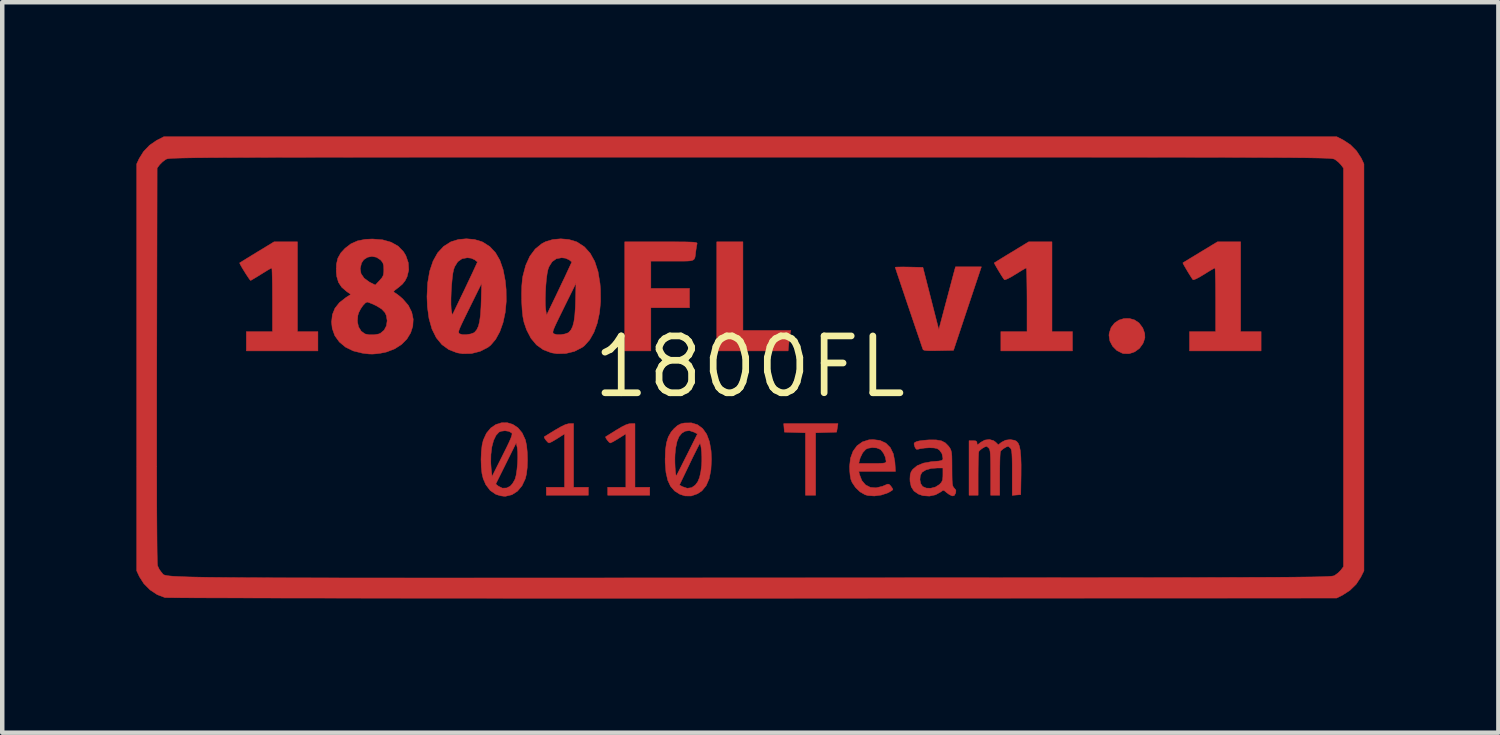
<source format=kicad_pcb>
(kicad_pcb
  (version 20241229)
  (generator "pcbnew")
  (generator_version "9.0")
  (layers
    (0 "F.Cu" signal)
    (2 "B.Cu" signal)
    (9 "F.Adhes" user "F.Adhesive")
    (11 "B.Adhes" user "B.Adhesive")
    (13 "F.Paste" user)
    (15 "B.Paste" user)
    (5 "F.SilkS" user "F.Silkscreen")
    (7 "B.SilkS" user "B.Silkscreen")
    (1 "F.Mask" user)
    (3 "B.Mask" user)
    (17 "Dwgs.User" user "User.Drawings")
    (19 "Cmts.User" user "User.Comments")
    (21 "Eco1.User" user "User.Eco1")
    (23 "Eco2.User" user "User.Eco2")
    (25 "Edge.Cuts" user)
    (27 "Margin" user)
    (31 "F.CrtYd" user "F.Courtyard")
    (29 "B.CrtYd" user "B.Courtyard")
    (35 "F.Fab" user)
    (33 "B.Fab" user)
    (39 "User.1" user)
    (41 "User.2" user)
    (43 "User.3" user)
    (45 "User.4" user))
  (footprint "1800FL"
    (layer "F.Cu")
    (at 13.708 5.149)
    (property "Reference" "1800FL" (at 0 0 0) (layer "F.SilkS") (effects (font (size 1.27 1.27) (thickness 0.15))))
    (attr through_hole)
    (fp_poly (pts (xy -0.152 -0.813) (xy 0.92 -0.813) (xy 0.906 -0.756) (xy 0.897 -0.701) (xy 0.885 -0.616) (xy 0.875 -0.527) (xy 0.858 -0.356) (xy -0.737 -0.356) (xy -0.737 -2.794) (xy -0.152 -2.794) (xy -0.152 -0.813)) (stroke (width 0.01) (type solid)) (fill yes) (layer "F.Cu"))
    (fp_poly (pts (xy 1.958 1.365) (xy 1.942 1.46) (xy 1.473 1.475) (xy 1.473 2.87) (xy 1.245 2.87) (xy 1.245 1.475) (xy 0.775 1.46) (xy 0.767 1.365) (xy 0.759 1.27) (xy 1.973 1.27) (xy 1.958 1.365)) (stroke (width 0.01) (type solid)) (fill yes) (layer "F.Cu"))
    (fp_poly (pts (xy 8.599 -1.049) (xy 8.701 -0.981) (xy 8.78 -0.876) (xy 8.791 -0.853) (xy 8.829 -0.745) (xy 8.833 -0.651) (xy 8.801 -0.549) (xy 8.787 -0.517) (xy 8.71 -0.411) (xy 8.605 -0.335) (xy 8.484 -0.294) (xy 8.359 -0.295) (xy 8.326 -0.304) (xy 8.205 -0.365) (xy 8.111 -0.46) (xy 8.05 -0.576) (xy 8.03 -0.704) (xy 8.035 -0.751) (xy 8.077 -0.879) (xy 8.153 -0.977) (xy 8.252 -1.044) (xy 8.365 -1.079) (xy 8.484 -1.081) (xy 8.599 -1.049)) (stroke (width 0.01) (type solid)) (fill yes) (layer "F.Cu"))
    (fp_poly (pts (xy -3.937 2.692) (xy -3.607 2.692) (xy -3.607 2.87) (xy -4.547 2.87) (xy -4.547 2.692) (xy -4.14 2.692) (xy -4.14 1.5) (xy -4.299 1.601) (xy -4.38 1.65) (xy -4.446 1.686) (xy -4.484 1.701) (xy -4.487 1.702) (xy -4.514 1.685) (xy -4.551 1.645) (xy -4.582 1.601) (xy -4.595 1.569) (xy -4.593 1.564) (xy -4.569 1.549) (xy -4.511 1.513) (xy -4.429 1.462) (xy -4.35 1.414) (xy -4.22 1.339) (xy -4.123 1.292) (xy -4.05 1.272) (xy -4.026 1.27) (xy -3.937 1.27) (xy -3.937 2.692)) (stroke (width 0.01) (type solid)) (fill yes) (layer "F.Cu"))
    (fp_poly (pts (xy -2.565 2.692) (xy -2.235 2.692) (xy -2.235 2.87) (xy -3.175 2.87) (xy -3.175 2.692) (xy -2.769 2.692) (xy -2.769 1.498) (xy -2.93 1.6) (xy -3.011 1.649) (xy -3.077 1.685) (xy -3.115 1.702) (xy -3.118 1.702) (xy -3.144 1.685) (xy -3.179 1.645) (xy -3.21 1.601) (xy -3.223 1.569) (xy -3.221 1.564) (xy -3.198 1.549) (xy -3.14 1.513) (xy -3.058 1.462) (xy -2.982 1.414) (xy -2.858 1.341) (xy -2.766 1.295) (xy -2.695 1.273) (xy -2.658 1.27) (xy -2.565 1.27) (xy -2.565 2.692)) (stroke (width 0.01) (type solid)) (fill yes) (layer "F.Cu"))
    (fp_poly (pts (xy -1.754 -2.794) (xy -1.575 -2.793) (xy -1.437 -2.792) (xy -1.334 -2.789) (xy -1.261 -2.786) (xy -1.215 -2.78) (xy -1.188 -2.773) (xy -1.177 -2.764) (xy -1.177 -2.752) (xy -1.177 -2.75) (xy -1.188 -2.699) (xy -1.2 -2.621) (xy -1.206 -2.578) (xy -1.214 -2.504) (xy -1.223 -2.449) (xy -1.239 -2.41) (xy -1.269 -2.385) (xy -1.319 -2.37) (xy -1.398 -2.364) (xy -1.511 -2.362) (xy -1.665 -2.362) (xy -1.729 -2.362) (xy -2.21 -2.362) (xy -2.21 -1.753) (xy -1.346 -1.753) (xy -1.346 -1.321) (xy -2.21 -1.321) (xy -2.21 -0.356) (xy -2.794 -0.356) (xy -2.794 -2.794) (xy -1.979 -2.794) (xy -1.754 -2.794)) (stroke (width 0.01) (type solid)) (fill yes) (layer "F.Cu"))
    (fp_poly (pts (xy 6.756 -0.787) (xy 7.214 -0.787) (xy 7.214 -0.356) (xy 5.613 -0.356) (xy 5.613 -0.787) (xy 6.198 -0.787) (xy 6.198 -1.499) (xy 6.197 -1.683) (xy 6.195 -1.849) (xy 6.193 -1.991) (xy 6.19 -2.103) (xy 6.186 -2.178) (xy 6.182 -2.209) (xy 6.181 -2.21) (xy 6.154 -2.197) (xy 6.094 -2.163) (xy 6.011 -2.112) (xy 5.938 -2.067) (xy 5.844 -2.01) (xy 5.764 -1.968) (xy 5.71 -1.947) (xy 5.692 -1.946) (xy 5.665 -1.983) (xy 5.624 -2.046) (xy 5.577 -2.123) (xy 5.531 -2.2) (xy 5.492 -2.268) (xy 5.469 -2.312) (xy 5.465 -2.323) (xy 5.489 -2.338) (xy 5.548 -2.375) (xy 5.637 -2.43) (xy 5.748 -2.498) (xy 5.854 -2.562) (xy 6.235 -2.794) (xy 6.756 -2.794) (xy 6.756 -0.787)) (stroke (width 0.01) (type solid)) (fill yes) (layer "F.Cu"))
    (fp_poly (pts (xy 10.973 -0.787) (xy 11.43 -0.787) (xy 11.43 -0.356) (xy 9.83 -0.356) (xy 9.83 -0.787) (xy 10.414 -0.787) (xy 10.414 -1.499) (xy 10.413 -1.683) (xy 10.412 -1.849) (xy 10.409 -1.991) (xy 10.406 -2.103) (xy 10.403 -2.178) (xy 10.398 -2.209) (xy 10.398 -2.21) (xy 10.371 -2.197) (xy 10.311 -2.163) (xy 10.227 -2.112) (xy 10.155 -2.067) (xy 10.06 -2.01) (xy 9.981 -1.968) (xy 9.927 -1.947) (xy 9.908 -1.946) (xy 9.881 -1.983) (xy 9.841 -2.046) (xy 9.793 -2.123) (xy 9.747 -2.201) (xy 9.708 -2.268) (xy 9.685 -2.312) (xy 9.682 -2.324) (xy 9.705 -2.339) (xy 9.765 -2.375) (xy 9.854 -2.43) (xy 9.965 -2.497) (xy 10.073 -2.563) (xy 10.455 -2.794) (xy 10.973 -2.794) (xy 10.973 -0.787)) (stroke (width 0.01) (type solid)) (fill yes) (layer "F.Cu"))
    (fp_poly (pts (xy -10.109 -0.787) (xy -9.652 -0.787) (xy -9.652 -0.356) (xy -11.252 -0.356) (xy -11.252 -0.787) (xy -10.668 -0.787) (xy -10.668 -1.499) (xy -10.669 -1.683) (xy -10.67 -1.849) (xy -10.673 -1.991) (xy -10.676 -2.103) (xy -10.679 -2.178) (xy -10.684 -2.209) (xy -10.684 -2.21) (xy -10.711 -2.197) (xy -10.771 -2.163) (xy -10.854 -2.112) (xy -10.922 -2.07) (xy -11.015 -2.012) (xy -11.092 -1.966) (xy -11.142 -1.937) (xy -11.157 -1.93) (xy -11.176 -1.95) (xy -11.212 -2.002) (xy -11.259 -2.073) (xy -11.308 -2.152) (xy -11.354 -2.227) (xy -11.387 -2.287) (xy -11.401 -2.32) (xy -11.401 -2.323) (xy -11.377 -2.338) (xy -11.318 -2.375) (xy -11.229 -2.43) (xy -11.118 -2.498) (xy -11.012 -2.563) (xy -10.632 -2.794) (xy -10.109 -2.794) (xy -10.109 -0.787)) (stroke (width 0.01) (type solid)) (fill yes) (layer "F.Cu"))
    (fp_poly (pts (xy 4.866 -1.302) (xy 4.555 -0.368) (xy 4.22 -0.361) (xy 4.075 -0.359) (xy 3.973 -0.361) (xy 3.91 -0.368) (xy 3.879 -0.379) (xy 3.873 -0.387) (xy 3.858 -0.428) (xy 3.83 -0.509) (xy 3.792 -0.623) (xy 3.744 -0.763) (xy 3.689 -0.924) (xy 3.63 -1.098) (xy 3.569 -1.279) (xy 3.507 -1.461) (xy 3.448 -1.637) (xy 3.392 -1.802) (xy 3.343 -1.949) (xy 3.302 -2.07) (xy 3.272 -2.161) (xy 3.255 -2.214) (xy 3.251 -2.225) (xy 3.275 -2.229) (xy 3.34 -2.231) (xy 3.436 -2.232) (xy 3.554 -2.23) (xy 3.561 -2.23) (xy 3.871 -2.223) (xy 4.226 -0.832) (xy 4.383 -1.426) (xy 4.429 -1.598) (xy 4.472 -1.76) (xy 4.51 -1.904) (xy 4.541 -2.02) (xy 4.562 -2.1) (xy 4.57 -2.127) (xy 4.599 -2.235) (xy 5.178 -2.235) (xy 4.866 -1.302)) (stroke (width 0.01) (type solid)) (fill yes) (layer "F.Cu"))
    (fp_poly (pts (xy 2.913 1.646) (xy 3.044 1.707) (xy 3.143 1.807) (xy 3.21 1.946) (xy 3.244 2.123) (xy 3.246 2.151) (xy 3.258 2.337) (xy 2.437 2.337) (xy 2.454 2.407) (xy 2.506 2.543) (xy 2.588 2.639) (xy 2.695 2.694) (xy 2.822 2.705) (xy 2.966 2.671) (xy 3.018 2.649) (xy 3.077 2.623) (xy 3.111 2.624) (xy 3.142 2.652) (xy 3.153 2.665) (xy 3.187 2.713) (xy 3.2 2.743) (xy 3.179 2.764) (xy 3.125 2.797) (xy 3.08 2.82) (xy 2.938 2.867) (xy 2.785 2.887) (xy 2.642 2.877) (xy 2.578 2.859) (xy 2.466 2.795) (xy 2.365 2.698) (xy 2.288 2.584) (xy 2.259 2.511) (xy 2.244 2.425) (xy 2.234 2.316) (xy 2.231 2.226) (xy 2.239 2.159) (xy 2.437 2.159) (xy 2.743 2.159) (xy 2.871 2.159) (xy 2.958 2.156) (xy 3.01 2.15) (xy 3.037 2.14) (xy 3.047 2.123) (xy 3.048 2.107) (xy 3.031 2.02) (xy 2.989 1.928) (xy 2.933 1.857) (xy 2.918 1.845) (xy 2.838 1.813) (xy 2.738 1.805) (xy 2.643 1.821) (xy 2.596 1.843) (xy 2.526 1.919) (xy 2.471 2.03) (xy 2.454 2.089) (xy 2.437 2.159) (xy 2.239 2.159) (xy 2.252 2.042) (xy 2.309 1.887) (xy 2.399 1.764) (xy 2.519 1.678) (xy 2.664 1.632) (xy 2.752 1.626) (xy 2.913 1.646)) (stroke (width 0.01) (type solid)) (fill yes) (layer "F.Cu"))
    (fp_poly (pts (xy 5.45 1.65) (xy 5.497 1.684) (xy 5.556 1.743) (xy 5.629 1.685) (xy 5.718 1.64) (xy 5.822 1.626) (xy 5.92 1.643) (xy 5.962 1.664) (xy 5.999 1.705) (xy 6.028 1.774) (xy 6.048 1.875) (xy 6.06 2.011) (xy 6.066 2.189) (xy 6.065 2.413) (xy 6.065 2.414) (xy 6.058 2.857) (xy 5.867 2.873) (xy 5.867 2.366) (xy 5.867 2.188) (xy 5.865 2.054) (xy 5.861 1.958) (xy 5.855 1.892) (xy 5.845 1.849) (xy 5.833 1.824) (xy 5.827 1.818) (xy 5.791 1.786) (xy 5.775 1.778) (xy 5.73 1.793) (xy 5.671 1.829) (xy 5.621 1.87) (xy 5.604 1.893) (xy 5.599 1.931) (xy 5.594 2.011) (xy 5.591 2.123) (xy 5.589 2.26) (xy 5.588 2.402) (xy 5.588 2.87) (xy 5.385 2.87) (xy 5.385 2.364) (xy 5.384 2.187) (xy 5.382 2.053) (xy 5.378 1.957) (xy 5.372 1.891) (xy 5.363 1.849) (xy 5.35 1.824) (xy 5.345 1.818) (xy 5.308 1.786) (xy 5.293 1.778) (xy 5.248 1.793) (xy 5.189 1.829) (xy 5.139 1.87) (xy 5.121 1.893) (xy 5.116 1.931) (xy 5.112 2.011) (xy 5.108 2.123) (xy 5.106 2.26) (xy 5.105 2.402) (xy 5.105 2.87) (xy 4.902 2.87) (xy 4.902 1.651) (xy 4.991 1.651) (xy 5.052 1.656) (xy 5.077 1.678) (xy 5.08 1.704) (xy 5.083 1.736) (xy 5.098 1.738) (xy 5.136 1.71) (xy 5.158 1.691) (xy 5.253 1.638) (xy 5.355 1.624) (xy 5.45 1.65)) (stroke (width 0.01) (type solid)) (fill yes) (layer "F.Cu"))
    (fp_poly (pts (xy -5.296 1.287) (xy -5.182 1.362) (xy -5.087 1.476) (xy -5.017 1.628) (xy -5.013 1.639) (xy -4.987 1.762) (xy -4.972 1.916) (xy -4.967 2.082) (xy -4.973 2.247) (xy -4.99 2.394) (xy -5.016 2.502) (xy -5.091 2.66) (xy -5.192 2.78) (xy -5.315 2.859) (xy -5.455 2.893) (xy -5.486 2.894) (xy -5.567 2.883) (xy -5.658 2.856) (xy -5.68 2.847) (xy -5.801 2.764) (xy -5.897 2.637) (xy -5.905 2.62) (xy -5.677 2.62) (xy -5.617 2.669) (xy -5.528 2.712) (xy -5.432 2.708) (xy -5.353 2.667) (xy -5.303 2.612) (xy -5.257 2.534) (xy -5.245 2.509) (xy -5.222 2.425) (xy -5.204 2.306) (xy -5.191 2.168) (xy -5.185 2.028) (xy -5.187 1.901) (xy -5.197 1.804) (xy -5.199 1.796) (xy -5.22 1.7) (xy -5.448 2.16) (xy -5.677 2.62) (xy -5.905 2.62) (xy -5.957 2.502) (xy -5.985 2.385) (xy -6.001 2.235) (xy -6.003 2.148) (xy -5.788 2.148) (xy -5.779 2.277) (xy -5.76 2.451) (xy -5.524 1.981) (xy -5.442 1.817) (xy -5.382 1.692) (xy -5.342 1.601) (xy -5.32 1.539) (xy -5.312 1.5) (xy -5.318 1.48) (xy -5.319 1.479) (xy -5.384 1.442) (xy -5.471 1.429) (xy -5.559 1.44) (xy -5.603 1.459) (xy -5.67 1.531) (xy -5.725 1.644) (xy -5.764 1.79) (xy -5.785 1.961) (xy -5.788 2.148) (xy -6.003 2.148) (xy -6.006 2.068) (xy -5.999 1.9) (xy -5.982 1.748) (xy -5.956 1.639) (xy -5.885 1.484) (xy -5.789 1.368) (xy -5.675 1.29) (xy -5.55 1.251) (xy -5.421 1.249) (xy -5.296 1.287)) (stroke (width 0.01) (type solid)) (fill yes) (layer "F.Cu"))
    (fp_poly (pts (xy -1.166 1.295) (xy -1.052 1.38) (xy -0.963 1.506) (xy -0.9 1.673) (xy -0.864 1.88) (xy -0.855 2.07) (xy -0.868 2.307) (xy -0.907 2.502) (xy -0.974 2.656) (xy -1.069 2.772) (xy -1.168 2.838) (xy -1.308 2.887) (xy -1.446 2.886) (xy -1.563 2.848) (xy -1.679 2.775) (xy -1.768 2.672) (xy -1.783 2.642) (xy -1.571 2.642) (xy -1.503 2.679) (xy -1.396 2.715) (xy -1.299 2.701) (xy -1.22 2.646) (xy -1.163 2.572) (xy -1.122 2.474) (xy -1.093 2.343) (xy -1.076 2.207) (xy -1.071 2.112) (xy -1.071 2.009) (xy -1.076 1.907) (xy -1.085 1.817) (xy -1.096 1.75) (xy -1.109 1.717) (xy -1.117 1.718) (xy -1.134 1.747) (xy -1.169 1.814) (xy -1.218 1.912) (xy -1.279 2.034) (xy -1.346 2.173) (xy -1.354 2.191) (xy -1.571 2.642) (xy -1.783 2.642) (xy -1.832 2.536) (xy -1.872 2.362) (xy -1.89 2.146) (xy -1.891 2.07) (xy -1.89 2.047) (xy -1.673 2.047) (xy -1.672 2.147) (xy -1.668 2.247) (xy -1.661 2.336) (xy -1.653 2.402) (xy -1.643 2.434) (xy -1.639 2.434) (xy -1.626 2.41) (xy -1.594 2.347) (xy -1.546 2.253) (xy -1.486 2.133) (xy -1.417 1.996) (xy -1.4 1.963) (xy -1.169 1.5) (xy -1.243 1.461) (xy -1.35 1.426) (xy -1.445 1.439) (xy -1.518 1.484) (xy -1.58 1.559) (xy -1.625 1.668) (xy -1.656 1.816) (xy -1.67 1.958) (xy -1.673 2.047) (xy -1.89 2.047) (xy -1.884 1.865) (xy -1.861 1.7) (xy -1.82 1.567) (xy -1.757 1.457) (xy -1.692 1.381) (xy -1.614 1.312) (xy -1.54 1.274) (xy -1.464 1.256) (xy -1.303 1.253) (xy -1.166 1.295)) (stroke (width 0.01) (type solid)) (fill yes) (layer "F.Cu"))
    (fp_poly (pts (xy -6.151 -2.846) (xy -5.988 -2.797) (xy -5.964 -2.786) (xy -5.81 -2.687) (xy -5.684 -2.553) (xy -5.585 -2.382) (xy -5.512 -2.172) (xy -5.464 -1.921) (xy -5.445 -1.727) (xy -5.442 -1.465) (xy -5.465 -1.217) (xy -5.514 -0.988) (xy -5.586 -0.785) (xy -5.679 -0.615) (xy -5.791 -0.483) (xy -5.852 -0.435) (xy -6.026 -0.346) (xy -6.22 -0.297) (xy -6.419 -0.293) (xy -6.543 -0.314) (xy -6.727 -0.385) (xy -6.881 -0.497) (xy -7.007 -0.651) (xy -7.063 -0.765) (xy -6.507 -0.765) (xy -6.5 -0.75) (xy -6.487 -0.74) (xy -6.482 -0.737) (xy -6.42 -0.719) (xy -6.332 -0.719) (xy -6.24 -0.734) (xy -6.167 -0.76) (xy -6.148 -0.774) (xy -6.101 -0.83) (xy -6.064 -0.909) (xy -6.038 -1.015) (xy -6.019 -1.156) (xy -6.007 -1.337) (xy -6.003 -1.46) (xy -5.992 -1.867) (xy -6.212 -1.422) (xy -6.305 -1.233) (xy -6.378 -1.084) (xy -6.433 -0.97) (xy -6.471 -0.887) (xy -6.495 -0.828) (xy -6.506 -0.789) (xy -6.507 -0.765) (xy -7.063 -0.765) (xy -7.103 -0.845) (xy -7.169 -1.079) (xy -7.206 -1.352) (xy -7.207 -1.393) (xy -6.678 -1.393) (xy -6.673 -1.29) (xy -6.668 -1.256) (xy -6.649 -1.156) (xy -6.454 -1.562) (xy -6.382 -1.711) (xy -6.312 -1.859) (xy -6.248 -1.994) (xy -6.196 -2.104) (xy -6.172 -2.156) (xy -6.086 -2.343) (xy -6.144 -2.391) (xy -6.226 -2.428) (xy -6.313 -2.438) (xy -6.431 -2.416) (xy -6.526 -2.349) (xy -6.595 -2.238) (xy -6.617 -2.176) (xy -6.635 -2.093) (xy -6.65 -1.973) (xy -6.663 -1.829) (xy -6.673 -1.676) (xy -6.678 -1.526) (xy -6.678 -1.393) (xy -7.207 -1.393) (xy -7.214 -1.571) (xy -7.199 -1.874) (xy -7.154 -2.138) (xy -7.079 -2.362) (xy -6.976 -2.547) (xy -6.843 -2.691) (xy -6.682 -2.793) (xy -6.673 -2.797) (xy -6.512 -2.846) (xy -6.332 -2.862) (xy -6.151 -2.846)) (stroke (width 0.01) (type solid)) (fill yes) (layer "F.Cu"))
    (fp_poly (pts (xy -4.044 -2.846) (xy -3.882 -2.798) (xy -3.856 -2.787) (xy -3.696 -2.682) (xy -3.566 -2.538) (xy -3.464 -2.354) (xy -3.391 -2.13) (xy -3.347 -1.864) (xy -3.336 -1.732) (xy -3.333 -1.461) (xy -3.358 -1.207) (xy -3.408 -0.976) (xy -3.482 -0.772) (xy -3.578 -0.603) (xy -3.694 -0.473) (xy -3.745 -0.434) (xy -3.918 -0.345) (xy -4.111 -0.298) (xy -4.309 -0.293) (xy -4.435 -0.314) (xy -4.615 -0.382) (xy -4.766 -0.49) (xy -4.89 -0.638) (xy -4.956 -0.765) (xy -4.399 -0.765) (xy -4.392 -0.75) (xy -4.379 -0.74) (xy -4.374 -0.737) (xy -4.311 -0.719) (xy -4.223 -0.719) (xy -4.132 -0.734) (xy -4.059 -0.76) (xy -4.04 -0.774) (xy -3.992 -0.831) (xy -3.956 -0.909) (xy -3.929 -1.014) (xy -3.91 -1.154) (xy -3.898 -1.334) (xy -3.894 -1.46) (xy -3.884 -1.867) (xy -4.104 -1.422) (xy -4.197 -1.233) (xy -4.27 -1.084) (xy -4.325 -0.97) (xy -4.363 -0.887) (xy -4.387 -0.828) (xy -4.398 -0.789) (xy -4.399 -0.765) (xy -4.956 -0.765) (xy -4.989 -0.829) (xy -5.046 -0.997) (xy -5.07 -1.117) (xy -5.087 -1.273) (xy -5.097 -1.451) (xy -5.098 -1.501) (xy -4.57 -1.501) (xy -4.568 -1.371) (xy -4.56 -1.282) (xy -4.541 -1.156) (xy -4.345 -1.562) (xy -4.274 -1.711) (xy -4.204 -1.859) (xy -4.139 -1.994) (xy -4.088 -2.104) (xy -4.064 -2.156) (xy -3.977 -2.343) (xy -4.036 -2.391) (xy -4.118 -2.428) (xy -4.205 -2.438) (xy -4.323 -2.416) (xy -4.417 -2.349) (xy -4.486 -2.239) (xy -4.509 -2.176) (xy -4.528 -2.086) (xy -4.545 -1.959) (xy -4.558 -1.809) (xy -4.566 -1.652) (xy -4.57 -1.501) (xy -5.098 -1.501) (xy -5.1 -1.634) (xy -5.095 -1.81) (xy -5.081 -1.963) (xy -5.071 -2.027) (xy -5.007 -2.269) (xy -4.915 -2.471) (xy -4.795 -2.633) (xy -4.648 -2.752) (xy -4.565 -2.796) (xy -4.404 -2.845) (xy -4.224 -2.861) (xy -4.044 -2.846)) (stroke (width 0.01) (type solid)) (fill yes) (layer "F.Cu"))
    (fp_poly (pts (xy 4.167 1.634) (xy 4.283 1.654) (xy 4.372 1.7) (xy 4.444 1.774) (xy 4.464 1.801) (xy 4.486 1.837) (xy 4.501 1.876) (xy 4.512 1.926) (xy 4.518 1.996) (xy 4.52 2.097) (xy 4.521 2.236) (xy 4.521 2.276) (xy 4.522 2.426) (xy 4.524 2.533) (xy 4.529 2.607) (xy 4.537 2.655) (xy 4.55 2.686) (xy 4.569 2.709) (xy 4.573 2.713) (xy 4.608 2.758) (xy 4.606 2.808) (xy 4.598 2.83) (xy 4.571 2.878) (xy 4.534 2.886) (xy 4.515 2.882) (xy 4.456 2.852) (xy 4.394 2.806) (xy 4.349 2.768) (xy 4.319 2.762) (xy 4.28 2.788) (xy 4.272 2.795) (xy 4.153 2.861) (xy 4.015 2.89) (xy 3.872 2.88) (xy 3.771 2.845) (xy 3.671 2.776) (xy 3.61 2.683) (xy 3.583 2.56) (xy 3.582 2.524) (xy 3.804 2.524) (xy 3.822 2.612) (xy 3.865 2.676) (xy 3.865 2.676) (xy 3.946 2.711) (xy 4.046 2.714) (xy 4.149 2.688) (xy 4.237 2.633) (xy 4.243 2.628) (xy 4.287 2.58) (xy 4.309 2.53) (xy 4.317 2.46) (xy 4.318 2.408) (xy 4.318 2.261) (xy 4.197 2.261) (xy 4.054 2.272) (xy 3.936 2.305) (xy 3.855 2.355) (xy 3.849 2.361) (xy 3.812 2.433) (xy 3.804 2.524) (xy 3.582 2.524) (xy 3.581 2.506) (xy 3.587 2.411) (xy 3.608 2.344) (xy 3.645 2.291) (xy 3.744 2.209) (xy 3.884 2.152) (xy 4.066 2.119) (xy 4.121 2.115) (xy 4.22 2.107) (xy 4.279 2.097) (xy 4.308 2.083) (xy 4.317 2.059) (xy 4.318 2.042) (xy 4.297 1.94) (xy 4.241 1.861) (xy 4.188 1.827) (xy 4.118 1.813) (xy 4.018 1.809) (xy 3.908 1.816) (xy 3.807 1.831) (xy 3.769 1.841) (xy 3.728 1.844) (xy 3.701 1.814) (xy 3.687 1.779) (xy 3.672 1.723) (xy 3.685 1.694) (xy 3.728 1.672) (xy 3.786 1.657) (xy 3.877 1.644) (xy 3.984 1.635) (xy 4.013 1.633) (xy 4.167 1.634)) (stroke (width 0.01) (type solid)) (fill yes) (layer "F.Cu"))
    (fp_poly (pts (xy -8.207 -2.839) (xy -8.016 -2.785) (xy -7.859 -2.697) (xy -7.739 -2.573) (xy -7.687 -2.487) (xy -7.632 -2.327) (xy -7.622 -2.166) (xy -7.659 -2.014) (xy -7.659 -2.013) (xy -7.705 -1.922) (xy -7.766 -1.846) (xy -7.856 -1.77) (xy -7.882 -1.751) (xy -7.939 -1.707) (xy -7.959 -1.682) (xy -7.948 -1.664) (xy -7.923 -1.65) (xy -7.873 -1.616) (xy -7.805 -1.561) (xy -7.754 -1.516) (xy -7.631 -1.374) (xy -7.555 -1.222) (xy -7.522 -1.065) (xy -7.531 -0.909) (xy -7.579 -0.759) (xy -7.664 -0.62) (xy -7.783 -0.5) (xy -7.935 -0.402) (xy -8.117 -0.332) (xy -8.247 -0.305) (xy -8.354 -0.291) (xy -8.434 -0.285) (xy -8.508 -0.287) (xy -8.598 -0.297) (xy -8.662 -0.306) (xy -8.863 -0.356) (xy -9.035 -0.44) (xy -9.173 -0.555) (xy -9.274 -0.695) (xy -9.332 -0.858) (xy -9.347 -0.998) (xy -9.345 -1.014) (xy -8.77 -1.014) (xy -8.744 -0.893) (xy -8.685 -0.797) (xy -8.599 -0.735) (xy -8.598 -0.735) (xy -8.508 -0.716) (xy -8.399 -0.716) (xy -8.297 -0.733) (xy -8.254 -0.75) (xy -8.172 -0.819) (xy -8.121 -0.916) (xy -8.104 -1.03) (xy -8.122 -1.146) (xy -8.154 -1.214) (xy -8.226 -1.291) (xy -8.345 -1.364) (xy -8.363 -1.373) (xy -8.447 -1.411) (xy -8.515 -1.438) (xy -8.552 -1.448) (xy -8.593 -1.426) (xy -8.644 -1.372) (xy -8.696 -1.297) (xy -8.738 -1.215) (xy -8.759 -1.15) (xy -8.77 -1.014) (xy -9.345 -1.014) (xy -9.329 -1.166) (xy -9.271 -1.309) (xy -9.171 -1.435) (xy -9.024 -1.55) (xy -8.916 -1.619) (xy -9.011 -1.685) (xy -9.121 -1.78) (xy -9.192 -1.888) (xy -9.231 -2.02) (xy -9.242 -2.127) (xy -9.24 -2.195) (xy -8.707 -2.195) (xy -8.688 -2.082) (xy -8.619 -1.981) (xy -8.504 -1.896) (xy -8.474 -1.88) (xy -8.369 -1.828) (xy -8.274 -1.929) (xy -8.218 -1.994) (xy -8.19 -2.049) (xy -8.18 -2.117) (xy -8.179 -2.173) (xy -8.183 -2.261) (xy -8.199 -2.32) (xy -8.234 -2.37) (xy -8.253 -2.39) (xy -8.343 -2.449) (xy -8.444 -2.468) (xy -8.543 -2.449) (xy -8.627 -2.395) (xy -8.678 -2.319) (xy -8.707 -2.195) (xy -9.24 -2.195) (xy -9.238 -2.293) (xy -9.206 -2.429) (xy -9.14 -2.546) (xy -9.046 -2.648) (xy -8.916 -2.748) (xy -8.77 -2.814) (xy -8.598 -2.849) (xy -8.433 -2.857) (xy -8.207 -2.839)) (stroke (width 0.01) (type solid)) (fill yes) (layer "F.Cu"))
    (fp_poly (pts (xy 13.266 -5.069) (xy 13.426 -4.964) (xy 13.564 -4.825) (xy 13.666 -4.668) (xy 13.674 -4.653) (xy 13.729 -4.534) (xy 13.729 4.559) (xy 13.657 4.704) (xy 13.556 4.859) (xy 13.416 4.996) (xy 13.248 5.105) (xy 13.239 5.109) (xy 13.119 5.169) (xy 0.064 5.173) (xy -0.749 5.173) (xy -1.549 5.173) (xy -2.335 5.173) (xy -3.106 5.173) (xy -3.859 5.173) (xy -4.594 5.173) (xy -5.309 5.173) (xy -6.002 5.172) (xy -6.672 5.172) (xy -7.318 5.172) (xy -7.937 5.171) (xy -8.529 5.171) (xy -9.091 5.17) (xy -9.623 5.169) (xy -10.123 5.169) (xy -10.589 5.168) (xy -11.02 5.167) (xy -11.414 5.166) (xy -11.77 5.165) (xy -12.087 5.165) (xy -12.362 5.164) (xy -12.594 5.163) (xy -12.782 5.162) (xy -12.924 5.16) (xy -13.019 5.159) (xy -13.066 5.158) (xy -13.07 5.158) (xy -13.244 5.092) (xy -13.405 4.985) (xy -13.543 4.846) (xy -13.645 4.686) (xy -13.648 4.678) (xy -13.703 4.559) (xy -13.703 1.739) (xy -13.255 1.739) (xy -13.255 2.232) (xy -13.254 2.675) (xy -13.254 3.068) (xy -13.252 3.411) (xy -13.25 3.705) (xy -13.248 3.95) (xy -13.246 4.146) (xy -13.243 4.293) (xy -13.24 4.392) (xy -13.236 4.442) (xy -13.235 4.447) (xy -13.199 4.526) (xy -13.15 4.593) (xy -13.147 4.595) (xy -13.139 4.604) (xy -13.132 4.613) (xy -13.126 4.622) (xy -13.121 4.63) (xy -13.113 4.638) (xy -13.103 4.645) (xy -13.088 4.652) (xy -13.068 4.658) (xy -13.041 4.664) (xy -13.006 4.67) (xy -12.961 4.675) (xy -12.906 4.68) (xy -12.839 4.684) (xy -12.758 4.688) (xy -12.663 4.692) (xy -12.552 4.696) (xy -12.424 4.699) (xy -12.277 4.702) (xy -12.111 4.705) (xy -11.923 4.707) (xy -11.713 4.709) (xy -11.479 4.711) (xy -11.221 4.713) (xy -10.936 4.714) (xy -10.623 4.716) (xy -10.282 4.717) (xy -9.91 4.717) (xy -9.507 4.718) (xy -9.071 4.719) (xy -8.601 4.719) (xy -8.096 4.719) (xy -7.554 4.72) (xy -6.974 4.72) (xy -6.355 4.72) (xy -5.695 4.719) (xy -4.994 4.719) (xy -4.249 4.719) (xy -3.46 4.719) (xy -2.625 4.718) (xy -1.742 4.718) (xy -0.812 4.717) (xy 0.051 4.717) (xy 1.019 4.717) (xy 1.937 4.716) (xy 2.807 4.716) (xy 3.631 4.715) (xy 4.408 4.715) (xy 5.142 4.715) (xy 5.832 4.714) (xy 6.481 4.714) (xy 7.09 4.713) (xy 7.659 4.713) (xy 8.191 4.712) (xy 8.687 4.712) (xy 9.147 4.711) (xy 9.573 4.711) (xy 9.967 4.71) (xy 10.33 4.709) (xy 10.663 4.708) (xy 10.968 4.707) (xy 11.245 4.706) (xy 11.496 4.705) (xy 11.723 4.704) (xy 11.926 4.703) (xy 12.107 4.702) (xy 12.268 4.7) (xy 12.409 4.698) (xy 12.532 4.697) (xy 12.638 4.695) (xy 12.729 4.693) (xy 12.805 4.691) (xy 12.869 4.688) (xy 12.921 4.686) (xy 12.963 4.683) (xy 12.996 4.681) (xy 13.021 4.678) (xy 13.04 4.675) (xy 13.054 4.672) (xy 13.064 4.668) (xy 13.072 4.664) (xy 13.078 4.661) (xy 13.152 4.607) (xy 13.214 4.544) (xy 13.218 4.538) (xy 13.271 4.467) (xy 13.271 -4.441) (xy 13.218 -4.513) (xy 13.158 -4.576) (xy 13.085 -4.632) (xy 13.078 -4.636) (xy 13.072 -4.639) (xy 13.064 -4.643) (xy 13.053 -4.646) (xy 13.039 -4.65) (xy 13.02 -4.653) (xy 12.995 -4.655) (xy 12.961 -4.658) (xy 12.919 -4.661) (xy 12.867 -4.663) (xy 12.802 -4.665) (xy 12.725 -4.667) (xy 12.634 -4.669) (xy 12.527 -4.671) (xy 12.404 -4.673) (xy 12.262 -4.674) (xy 12.101 -4.676) (xy 11.919 -4.677) (xy 11.715 -4.678) (xy 11.488 -4.679) (xy 11.236 -4.68) (xy 10.958 -4.681) (xy 10.653 -4.682) (xy 10.319 -4.683) (xy 9.956 -4.683) (xy 9.561 -4.684) (xy 9.134 -4.684) (xy 8.673 -4.685) (xy 8.176 -4.685) (xy 7.644 -4.685) (xy 7.074 -4.686) (xy 6.464 -4.686) (xy 5.814 -4.686) (xy 5.123 -4.686) (xy 4.389 -4.686) (xy 3.61 -4.686) (xy 2.786 -4.686) (xy 1.915 -4.686) (xy 0.996 -4.686) (xy 0.028 -4.686) (xy 0.013 -4.686) (xy -0.957 -4.686) (xy -1.876 -4.686) (xy -2.748 -4.686) (xy -3.573 -4.686) (xy -4.352 -4.686) (xy -5.087 -4.686) (xy -5.779 -4.686) (xy -6.429 -4.686) (xy -7.039 -4.686) (xy -7.61 -4.685) (xy -8.143 -4.685) (xy -8.64 -4.685) (xy -9.102 -4.684) (xy -9.529 -4.684) (xy -9.925 -4.683) (xy -10.289 -4.683) (xy -10.623 -4.682) (xy -10.929 -4.681) (xy -11.207 -4.68) (xy -11.459 -4.679) (xy -11.687 -4.678) (xy -11.891 -4.677) (xy -12.073 -4.676) (xy -12.235 -4.674) (xy -12.377 -4.673) (xy -12.5 -4.671) (xy -12.607 -4.669) (xy -12.699 -4.667) (xy -12.776 -4.665) (xy -12.84 -4.663) (xy -12.893 -4.661) (xy -12.935 -4.658) (xy -12.969 -4.656) (xy -12.994 -4.653) (xy -13.014 -4.65) (xy -13.028 -4.646) (xy -13.038 -4.643) (xy -13.046 -4.639) (xy -13.053 -4.636) (xy -13.053 -4.636) (xy -13.126 -4.581) (xy -13.189 -4.518) (xy -13.193 -4.513) (xy -13.246 -4.441) (xy -13.254 -0.043) (xy -13.255 0.602) (xy -13.255 1.195) (xy -13.255 1.739) (xy -13.703 1.739) (xy -13.703 -4.534) (xy -13.648 -4.653) (xy -13.55 -4.811) (xy -13.415 -4.952) (xy -13.257 -5.061) (xy -13.241 -5.069) (xy -13.094 -5.144) (xy 13.119 -5.144) (xy 13.266 -5.069)) (stroke (width 0.01) (type solid)) (fill yes) (layer "F.Cu"))
    (fp_poly (pts (xy -0.152 -0.813) (xy 0.92 -0.813) (xy 0.906 -0.756) (xy 0.897 -0.701) (xy 0.885 -0.616) (xy 0.875 -0.527) (xy 0.858 -0.356) (xy -0.737 -0.356) (xy -0.737 -2.794) (xy -0.152 -2.794) (xy -0.152 -0.813)) (stroke (width 0.01) (type solid)) (fill yes) (layer "F.Mask"))
    (fp_poly (pts (xy 1.958 1.365) (xy 1.942 1.46) (xy 1.473 1.475) (xy 1.473 2.87) (xy 1.245 2.87) (xy 1.245 1.475) (xy 0.775 1.46) (xy 0.767 1.365) (xy 0.759 1.27) (xy 1.973 1.27) (xy 1.958 1.365)) (stroke (width 0.01) (type solid)) (fill yes) (layer "F.Mask"))
    (fp_poly (pts (xy 8.599 -1.049) (xy 8.701 -0.981) (xy 8.78 -0.876) (xy 8.791 -0.853) (xy 8.829 -0.745) (xy 8.833 -0.651) (xy 8.801 -0.549) (xy 8.787 -0.517) (xy 8.71 -0.411) (xy 8.605 -0.335) (xy 8.484 -0.294) (xy 8.359 -0.295) (xy 8.326 -0.304) (xy 8.205 -0.365) (xy 8.111 -0.46) (xy 8.05 -0.576) (xy 8.03 -0.704) (xy 8.035 -0.751) (xy 8.077 -0.879) (xy 8.153 -0.977) (xy 8.252 -1.044) (xy 8.365 -1.079) (xy 8.484 -1.081) (xy 8.599 -1.049)) (stroke (width 0.01) (type solid)) (fill yes) (layer "F.Mask"))
    (fp_poly (pts (xy -3.937 2.692) (xy -3.607 2.692) (xy -3.607 2.87) (xy -4.547 2.87) (xy -4.547 2.692) (xy -4.14 2.692) (xy -4.14 1.5) (xy -4.299 1.601) (xy -4.38 1.65) (xy -4.446 1.686) (xy -4.484 1.701) (xy -4.487 1.702) (xy -4.514 1.685) (xy -4.551 1.645) (xy -4.582 1.601) (xy -4.595 1.569) (xy -4.593 1.564) (xy -4.569 1.549) (xy -4.511 1.513) (xy -4.429 1.462) (xy -4.35 1.414) (xy -4.22 1.339) (xy -4.123 1.292) (xy -4.05 1.272) (xy -4.026 1.27) (xy -3.937 1.27) (xy -3.937 2.692)) (stroke (width 0.01) (type solid)) (fill yes) (layer "F.Mask"))
    (fp_poly (pts (xy -2.565 2.692) (xy -2.235 2.692) (xy -2.235 2.87) (xy -3.175 2.87) (xy -3.175 2.692) (xy -2.769 2.692) (xy -2.769 1.498) (xy -2.93 1.6) (xy -3.011 1.649) (xy -3.077 1.685) (xy -3.115 1.702) (xy -3.118 1.702) (xy -3.144 1.685) (xy -3.179 1.645) (xy -3.21 1.601) (xy -3.223 1.569) (xy -3.221 1.564) (xy -3.198 1.549) (xy -3.14 1.513) (xy -3.058 1.462) (xy -2.982 1.414) (xy -2.858 1.341) (xy -2.766 1.295) (xy -2.695 1.273) (xy -2.658 1.27) (xy -2.565 1.27) (xy -2.565 2.692)) (stroke (width 0.01) (type solid)) (fill yes) (layer "F.Mask"))
    (fp_poly (pts (xy -1.754 -2.794) (xy -1.575 -2.793) (xy -1.437 -2.792) (xy -1.334 -2.789) (xy -1.261 -2.786) (xy -1.215 -2.78) (xy -1.188 -2.773) (xy -1.177 -2.764) (xy -1.177 -2.752) (xy -1.177 -2.75) (xy -1.188 -2.699) (xy -1.2 -2.621) (xy -1.206 -2.578) (xy -1.214 -2.504) (xy -1.223 -2.449) (xy -1.239 -2.41) (xy -1.269 -2.385) (xy -1.319 -2.37) (xy -1.398 -2.364) (xy -1.511 -2.362) (xy -1.665 -2.362) (xy -1.729 -2.362) (xy -2.21 -2.362) (xy -2.21 -1.753) (xy -1.346 -1.753) (xy -1.346 -1.321) (xy -2.21 -1.321) (xy -2.21 -0.356) (xy -2.794 -0.356) (xy -2.794 -2.794) (xy -1.979 -2.794) (xy -1.754 -2.794)) (stroke (width 0.01) (type solid)) (fill yes) (layer "F.Mask"))
    (fp_poly (pts (xy 6.756 -0.787) (xy 7.214 -0.787) (xy 7.214 -0.356) (xy 5.613 -0.356) (xy 5.613 -0.787) (xy 6.198 -0.787) (xy 6.198 -1.499) (xy 6.197 -1.683) (xy 6.195 -1.849) (xy 6.193 -1.991) (xy 6.19 -2.103) (xy 6.186 -2.178) (xy 6.182 -2.209) (xy 6.181 -2.21) (xy 6.154 -2.197) (xy 6.094 -2.163) (xy 6.011 -2.112) (xy 5.938 -2.067) (xy 5.844 -2.01) (xy 5.764 -1.968) (xy 5.71 -1.947) (xy 5.692 -1.946) (xy 5.665 -1.983) (xy 5.624 -2.046) (xy 5.577 -2.123) (xy 5.531 -2.2) (xy 5.492 -2.268) (xy 5.469 -2.312) (xy 5.465 -2.323) (xy 5.489 -2.338) (xy 5.548 -2.375) (xy 5.637 -2.43) (xy 5.748 -2.498) (xy 5.854 -2.562) (xy 6.235 -2.794) (xy 6.756 -2.794) (xy 6.756 -0.787)) (stroke (width 0.01) (type solid)) (fill yes) (layer "F.Mask"))
    (fp_poly (pts (xy 10.973 -0.787) (xy 11.43 -0.787) (xy 11.43 -0.356) (xy 9.83 -0.356) (xy 9.83 -0.787) (xy 10.414 -0.787) (xy 10.414 -1.499) (xy 10.413 -1.683) (xy 10.412 -1.849) (xy 10.409 -1.991) (xy 10.406 -2.103) (xy 10.403 -2.178) (xy 10.398 -2.209) (xy 10.398 -2.21) (xy 10.371 -2.197) (xy 10.311 -2.163) (xy 10.227 -2.112) (xy 10.155 -2.067) (xy 10.06 -2.01) (xy 9.981 -1.968) (xy 9.927 -1.947) (xy 9.908 -1.946) (xy 9.881 -1.983) (xy 9.841 -2.046) (xy 9.793 -2.123) (xy 9.747 -2.201) (xy 9.708 -2.268) (xy 9.685 -2.312) (xy 9.682 -2.324) (xy 9.705 -2.339) (xy 9.765 -2.375) (xy 9.854 -2.43) (xy 9.965 -2.497) (xy 10.073 -2.563) (xy 10.455 -2.794) (xy 10.973 -2.794) (xy 10.973 -0.787)) (stroke (width 0.01) (type solid)) (fill yes) (layer "F.Mask"))
    (fp_poly (pts (xy -10.109 -0.787) (xy -9.652 -0.787) (xy -9.652 -0.356) (xy -11.252 -0.356) (xy -11.252 -0.787) (xy -10.668 -0.787) (xy -10.668 -1.499) (xy -10.669 -1.683) (xy -10.67 -1.849) (xy -10.673 -1.991) (xy -10.676 -2.103) (xy -10.679 -2.178) (xy -10.684 -2.209) (xy -10.684 -2.21) (xy -10.711 -2.197) (xy -10.771 -2.163) (xy -10.854 -2.112) (xy -10.922 -2.07) (xy -11.015 -2.012) (xy -11.092 -1.966) (xy -11.142 -1.937) (xy -11.157 -1.93) (xy -11.176 -1.95) (xy -11.212 -2.002) (xy -11.259 -2.073) (xy -11.308 -2.152) (xy -11.354 -2.227) (xy -11.387 -2.287) (xy -11.401 -2.32) (xy -11.401 -2.323) (xy -11.377 -2.338) (xy -11.318 -2.375) (xy -11.229 -2.43) (xy -11.118 -2.498) (xy -11.012 -2.563) (xy -10.632 -2.794) (xy -10.109 -2.794) (xy -10.109 -0.787)) (stroke (width 0.01) (type solid)) (fill yes) (layer "F.Mask"))
    (fp_poly (pts (xy 4.866 -1.302) (xy 4.555 -0.368) (xy 4.22 -0.361) (xy 4.075 -0.359) (xy 3.973 -0.361) (xy 3.91 -0.368) (xy 3.879 -0.379) (xy 3.873 -0.387) (xy 3.858 -0.428) (xy 3.83 -0.509) (xy 3.792 -0.623) (xy 3.744 -0.763) (xy 3.689 -0.924) (xy 3.63 -1.098) (xy 3.569 -1.279) (xy 3.507 -1.461) (xy 3.448 -1.637) (xy 3.392 -1.802) (xy 3.343 -1.949) (xy 3.302 -2.07) (xy 3.272 -2.161) (xy 3.255 -2.214) (xy 3.251 -2.225) (xy 3.275 -2.229) (xy 3.34 -2.231) (xy 3.436 -2.232) (xy 3.554 -2.23) (xy 3.561 -2.23) (xy 3.871 -2.223) (xy 4.226 -0.832) (xy 4.383 -1.426) (xy 4.429 -1.598) (xy 4.472 -1.76) (xy 4.51 -1.904) (xy 4.541 -2.02) (xy 4.562 -2.1) (xy 4.57 -2.127) (xy 4.599 -2.235) (xy 5.178 -2.235) (xy 4.866 -1.302)) (stroke (width 0.01) (type solid)) (fill yes) (layer "F.Mask"))
    (fp_poly (pts (xy 2.913 1.646) (xy 3.044 1.707) (xy 3.143 1.807) (xy 3.21 1.946) (xy 3.244 2.123) (xy 3.246 2.151) (xy 3.258 2.337) (xy 2.437 2.337) (xy 2.454 2.407) (xy 2.506 2.543) (xy 2.588 2.639) (xy 2.695 2.694) (xy 2.822 2.705) (xy 2.966 2.671) (xy 3.018 2.649) (xy 3.077 2.623) (xy 3.111 2.624) (xy 3.142 2.652) (xy 3.153 2.665) (xy 3.187 2.713) (xy 3.2 2.743) (xy 3.179 2.764) (xy 3.125 2.797) (xy 3.08 2.82) (xy 2.938 2.867) (xy 2.785 2.887) (xy 2.642 2.877) (xy 2.578 2.859) (xy 2.466 2.795) (xy 2.365 2.698) (xy 2.288 2.584) (xy 2.259 2.511) (xy 2.244 2.425) (xy 2.234 2.316) (xy 2.231 2.226) (xy 2.239 2.159) (xy 2.437 2.159) (xy 2.743 2.159) (xy 2.871 2.159) (xy 2.958 2.156) (xy 3.01 2.15) (xy 3.037 2.14) (xy 3.047 2.123) (xy 3.048 2.107) (xy 3.031 2.02) (xy 2.989 1.928) (xy 2.933 1.857) (xy 2.918 1.845) (xy 2.838 1.813) (xy 2.738 1.805) (xy 2.643 1.821) (xy 2.596 1.843) (xy 2.526 1.919) (xy 2.471 2.03) (xy 2.454 2.089) (xy 2.437 2.159) (xy 2.239 2.159) (xy 2.252 2.042) (xy 2.309 1.887) (xy 2.399 1.764) (xy 2.519 1.678) (xy 2.664 1.632) (xy 2.752 1.626) (xy 2.913 1.646)) (stroke (width 0.01) (type solid)) (fill yes) (layer "F.Mask"))
    (fp_poly (pts (xy 5.45 1.65) (xy 5.497 1.684) (xy 5.556 1.743) (xy 5.629 1.685) (xy 5.718 1.64) (xy 5.822 1.626) (xy 5.92 1.643) (xy 5.962 1.664) (xy 5.999 1.705) (xy 6.028 1.774) (xy 6.048 1.875) (xy 6.06 2.011) (xy 6.066 2.189) (xy 6.065 2.413) (xy 6.065 2.414) (xy 6.058 2.857) (xy 5.867 2.873) (xy 5.867 2.366) (xy 5.867 2.188) (xy 5.865 2.054) (xy 5.861 1.958) (xy 5.855 1.892) (xy 5.845 1.849) (xy 5.833 1.824) (xy 5.827 1.818) (xy 5.791 1.786) (xy 5.775 1.778) (xy 5.73 1.793) (xy 5.671 1.829) (xy 5.621 1.87) (xy 5.604 1.893) (xy 5.599 1.931) (xy 5.594 2.011) (xy 5.591 2.123) (xy 5.589 2.26) (xy 5.588 2.402) (xy 5.588 2.87) (xy 5.385 2.87) (xy 5.385 2.364) (xy 5.384 2.187) (xy 5.382 2.053) (xy 5.378 1.957) (xy 5.372 1.891) (xy 5.363 1.849) (xy 5.35 1.824) (xy 5.345 1.818) (xy 5.308 1.786) (xy 5.293 1.778) (xy 5.248 1.793) (xy 5.189 1.829) (xy 5.139 1.87) (xy 5.121 1.893) (xy 5.116 1.931) (xy 5.112 2.011) (xy 5.108 2.123) (xy 5.106 2.26) (xy 5.105 2.402) (xy 5.105 2.87) (xy 4.902 2.87) (xy 4.902 1.651) (xy 4.991 1.651) (xy 5.052 1.656) (xy 5.077 1.678) (xy 5.08 1.704) (xy 5.083 1.736) (xy 5.098 1.738) (xy 5.136 1.71) (xy 5.158 1.691) (xy 5.253 1.638) (xy 5.355 1.624) (xy 5.45 1.65)) (stroke (width 0.01) (type solid)) (fill yes) (layer "F.Mask"))
    (fp_poly (pts (xy -5.296 1.287) (xy -5.182 1.362) (xy -5.087 1.476) (xy -5.017 1.628) (xy -5.013 1.639) (xy -4.987 1.762) (xy -4.972 1.916) (xy -4.967 2.082) (xy -4.973 2.247) (xy -4.99 2.394) (xy -5.016 2.502) (xy -5.091 2.66) (xy -5.192 2.78) (xy -5.315 2.859) (xy -5.455 2.893) (xy -5.486 2.894) (xy -5.567 2.883) (xy -5.658 2.856) (xy -5.68 2.847) (xy -5.801 2.764) (xy -5.897 2.637) (xy -5.905 2.62) (xy -5.677 2.62) (xy -5.617 2.669) (xy -5.528 2.712) (xy -5.432 2.708) (xy -5.353 2.667) (xy -5.303 2.612) (xy -5.257 2.534) (xy -5.245 2.509) (xy -5.222 2.425) (xy -5.204 2.306) (xy -5.191 2.168) (xy -5.185 2.028) (xy -5.187 1.901) (xy -5.197 1.804) (xy -5.199 1.796) (xy -5.22 1.7) (xy -5.448 2.16) (xy -5.677 2.62) (xy -5.905 2.62) (xy -5.957 2.502) (xy -5.985 2.385) (xy -6.001 2.235) (xy -6.003 2.148) (xy -5.788 2.148) (xy -5.779 2.277) (xy -5.76 2.451) (xy -5.524 1.981) (xy -5.442 1.817) (xy -5.382 1.692) (xy -5.342 1.601) (xy -5.32 1.539) (xy -5.312 1.5) (xy -5.318 1.48) (xy -5.319 1.479) (xy -5.384 1.442) (xy -5.471 1.429) (xy -5.559 1.44) (xy -5.603 1.459) (xy -5.67 1.531) (xy -5.725 1.644) (xy -5.764 1.79) (xy -5.785 1.961) (xy -5.788 2.148) (xy -6.003 2.148) (xy -6.006 2.068) (xy -5.999 1.9) (xy -5.982 1.748) (xy -5.956 1.639) (xy -5.885 1.484) (xy -5.789 1.368) (xy -5.675 1.29) (xy -5.55 1.251) (xy -5.421 1.249) (xy -5.296 1.287)) (stroke (width 0.01) (type solid)) (fill yes) (layer "F.Mask"))
    (fp_poly (pts (xy -1.166 1.295) (xy -1.052 1.38) (xy -0.963 1.506) (xy -0.9 1.673) (xy -0.864 1.88) (xy -0.855 2.07) (xy -0.868 2.307) (xy -0.907 2.502) (xy -0.974 2.656) (xy -1.069 2.772) (xy -1.168 2.838) (xy -1.308 2.887) (xy -1.446 2.886) (xy -1.563 2.848) (xy -1.679 2.775) (xy -1.768 2.672) (xy -1.783 2.642) (xy -1.571 2.642) (xy -1.503 2.679) (xy -1.396 2.715) (xy -1.299 2.701) (xy -1.22 2.646) (xy -1.163 2.572) (xy -1.122 2.474) (xy -1.093 2.343) (xy -1.076 2.207) (xy -1.071 2.112) (xy -1.071 2.009) (xy -1.076 1.907) (xy -1.085 1.817) (xy -1.096 1.75) (xy -1.109 1.717) (xy -1.117 1.718) (xy -1.134 1.747) (xy -1.169 1.814) (xy -1.218 1.912) (xy -1.279 2.034) (xy -1.346 2.173) (xy -1.354 2.191) (xy -1.571 2.642) (xy -1.783 2.642) (xy -1.832 2.536) (xy -1.872 2.362) (xy -1.89 2.146) (xy -1.891 2.07) (xy -1.89 2.047) (xy -1.673 2.047) (xy -1.672 2.147) (xy -1.668 2.247) (xy -1.661 2.336) (xy -1.653 2.402) (xy -1.643 2.434) (xy -1.639 2.434) (xy -1.626 2.41) (xy -1.594 2.347) (xy -1.546 2.253) (xy -1.486 2.133) (xy -1.417 1.996) (xy -1.4 1.963) (xy -1.169 1.5) (xy -1.243 1.461) (xy -1.35 1.426) (xy -1.445 1.439) (xy -1.518 1.484) (xy -1.58 1.559) (xy -1.625 1.668) (xy -1.656 1.816) (xy -1.67 1.958) (xy -1.673 2.047) (xy -1.89 2.047) (xy -1.884 1.865) (xy -1.861 1.7) (xy -1.82 1.567) (xy -1.757 1.457) (xy -1.692 1.381) (xy -1.614 1.312) (xy -1.54 1.274) (xy -1.464 1.256) (xy -1.303 1.253) (xy -1.166 1.295)) (stroke (width 0.01) (type solid)) (fill yes) (layer "F.Mask"))
    (fp_poly (pts (xy -6.151 -2.846) (xy -5.988 -2.797) (xy -5.964 -2.786) (xy -5.81 -2.687) (xy -5.684 -2.553) (xy -5.585 -2.382) (xy -5.512 -2.172) (xy -5.464 -1.921) (xy -5.445 -1.727) (xy -5.442 -1.465) (xy -5.465 -1.217) (xy -5.514 -0.988) (xy -5.586 -0.785) (xy -5.679 -0.615) (xy -5.791 -0.483) (xy -5.852 -0.435) (xy -6.026 -0.346) (xy -6.22 -0.297) (xy -6.419 -0.293) (xy -6.543 -0.314) (xy -6.727 -0.385) (xy -6.881 -0.497) (xy -7.007 -0.651) (xy -7.063 -0.765) (xy -6.507 -0.765) (xy -6.5 -0.75) (xy -6.487 -0.74) (xy -6.482 -0.737) (xy -6.42 -0.719) (xy -6.332 -0.719) (xy -6.24 -0.734) (xy -6.167 -0.76) (xy -6.148 -0.774) (xy -6.101 -0.83) (xy -6.064 -0.909) (xy -6.038 -1.015) (xy -6.019 -1.156) (xy -6.007 -1.337) (xy -6.003 -1.46) (xy -5.992 -1.867) (xy -6.212 -1.422) (xy -6.305 -1.233) (xy -6.378 -1.084) (xy -6.433 -0.97) (xy -6.471 -0.887) (xy -6.495 -0.828) (xy -6.506 -0.789) (xy -6.507 -0.765) (xy -7.063 -0.765) (xy -7.103 -0.845) (xy -7.169 -1.079) (xy -7.206 -1.352) (xy -7.207 -1.393) (xy -6.678 -1.393) (xy -6.673 -1.29) (xy -6.668 -1.256) (xy -6.649 -1.156) (xy -6.454 -1.562) (xy -6.382 -1.711) (xy -6.312 -1.859) (xy -6.248 -1.994) (xy -6.196 -2.104) (xy -6.172 -2.156) (xy -6.086 -2.343) (xy -6.144 -2.391) (xy -6.226 -2.428) (xy -6.313 -2.438) (xy -6.431 -2.416) (xy -6.526 -2.349) (xy -6.595 -2.238) (xy -6.617 -2.176) (xy -6.635 -2.093) (xy -6.65 -1.973) (xy -6.663 -1.829) (xy -6.673 -1.676) (xy -6.678 -1.526) (xy -6.678 -1.393) (xy -7.207 -1.393) (xy -7.214 -1.571) (xy -7.199 -1.874) (xy -7.154 -2.138) (xy -7.079 -2.362) (xy -6.976 -2.547) (xy -6.843 -2.691) (xy -6.682 -2.793) (xy -6.673 -2.797) (xy -6.512 -2.846) (xy -6.332 -2.862) (xy -6.151 -2.846)) (stroke (width 0.01) (type solid)) (fill yes) (layer "F.Mask"))
    (fp_poly (pts (xy -4.044 -2.846) (xy -3.882 -2.798) (xy -3.856 -2.787) (xy -3.696 -2.682) (xy -3.566 -2.538) (xy -3.464 -2.354) (xy -3.391 -2.13) (xy -3.347 -1.864) (xy -3.336 -1.732) (xy -3.333 -1.461) (xy -3.358 -1.207) (xy -3.408 -0.976) (xy -3.482 -0.772) (xy -3.578 -0.603) (xy -3.694 -0.473) (xy -3.745 -0.434) (xy -3.918 -0.345) (xy -4.111 -0.298) (xy -4.309 -0.293) (xy -4.435 -0.314) (xy -4.615 -0.382) (xy -4.766 -0.49) (xy -4.89 -0.638) (xy -4.956 -0.765) (xy -4.399 -0.765) (xy -4.392 -0.75) (xy -4.379 -0.74) (xy -4.374 -0.737) (xy -4.311 -0.719) (xy -4.223 -0.719) (xy -4.132 -0.734) (xy -4.059 -0.76) (xy -4.04 -0.774) (xy -3.992 -0.831) (xy -3.956 -0.909) (xy -3.929 -1.014) (xy -3.91 -1.154) (xy -3.898 -1.334) (xy -3.894 -1.46) (xy -3.884 -1.867) (xy -4.104 -1.422) (xy -4.197 -1.233) (xy -4.27 -1.084) (xy -4.325 -0.97) (xy -4.363 -0.887) (xy -4.387 -0.828) (xy -4.398 -0.789) (xy -4.399 -0.765) (xy -4.956 -0.765) (xy -4.989 -0.829) (xy -5.046 -0.997) (xy -5.07 -1.117) (xy -5.087 -1.273) (xy -5.097 -1.451) (xy -5.098 -1.501) (xy -4.57 -1.501) (xy -4.568 -1.371) (xy -4.56 -1.282) (xy -4.541 -1.156) (xy -4.345 -1.562) (xy -4.274 -1.711) (xy -4.204 -1.859) (xy -4.139 -1.994) (xy -4.088 -2.104) (xy -4.064 -2.156) (xy -3.977 -2.343) (xy -4.036 -2.391) (xy -4.118 -2.428) (xy -4.205 -2.438) (xy -4.323 -2.416) (xy -4.417 -2.349) (xy -4.486 -2.239) (xy -4.509 -2.176) (xy -4.528 -2.086) (xy -4.545 -1.959) (xy -4.558 -1.809) (xy -4.566 -1.652) (xy -4.57 -1.501) (xy -5.098 -1.501) (xy -5.1 -1.634) (xy -5.095 -1.81) (xy -5.081 -1.963) (xy -5.071 -2.027) (xy -5.007 -2.269) (xy -4.915 -2.471) (xy -4.795 -2.633) (xy -4.648 -2.752) (xy -4.565 -2.796) (xy -4.404 -2.845) (xy -4.224 -2.861) (xy -4.044 -2.846)) (stroke (width 0.01) (type solid)) (fill yes) (layer "F.Mask"))
    (fp_poly (pts (xy 4.167 1.634) (xy 4.283 1.654) (xy 4.372 1.7) (xy 4.444 1.774) (xy 4.464 1.801) (xy 4.486 1.837) (xy 4.501 1.876) (xy 4.512 1.926) (xy 4.518 1.996) (xy 4.52 2.097) (xy 4.521 2.236) (xy 4.521 2.276) (xy 4.522 2.426) (xy 4.524 2.533) (xy 4.529 2.607) (xy 4.537 2.655) (xy 4.55 2.686) (xy 4.569 2.709) (xy 4.573 2.713) (xy 4.608 2.758) (xy 4.606 2.808) (xy 4.598 2.83) (xy 4.571 2.878) (xy 4.534 2.886) (xy 4.515 2.882) (xy 4.456 2.852) (xy 4.394 2.806) (xy 4.349 2.768) (xy 4.319 2.762) (xy 4.28 2.788) (xy 4.272 2.795) (xy 4.153 2.861) (xy 4.015 2.89) (xy 3.872 2.88) (xy 3.771 2.845) (xy 3.671 2.776) (xy 3.61 2.683) (xy 3.583 2.56) (xy 3.582 2.524) (xy 3.804 2.524) (xy 3.822 2.612) (xy 3.865 2.676) (xy 3.865 2.676) (xy 3.946 2.711) (xy 4.046 2.714) (xy 4.149 2.688) (xy 4.237 2.633) (xy 4.243 2.628) (xy 4.287 2.58) (xy 4.309 2.53) (xy 4.317 2.46) (xy 4.318 2.408) (xy 4.318 2.261) (xy 4.197 2.261) (xy 4.054 2.272) (xy 3.936 2.305) (xy 3.855 2.355) (xy 3.849 2.361) (xy 3.812 2.433) (xy 3.804 2.524) (xy 3.582 2.524) (xy 3.581 2.506) (xy 3.587 2.411) (xy 3.608 2.344) (xy 3.645 2.291) (xy 3.744 2.209) (xy 3.884 2.152) (xy 4.066 2.119) (xy 4.121 2.115) (xy 4.22 2.107) (xy 4.279 2.097) (xy 4.308 2.083) (xy 4.317 2.059) (xy 4.318 2.042) (xy 4.297 1.94) (xy 4.241 1.861) (xy 4.188 1.827) (xy 4.118 1.813) (xy 4.018 1.809) (xy 3.908 1.816) (xy 3.807 1.831) (xy 3.769 1.841) (xy 3.728 1.844) (xy 3.701 1.814) (xy 3.687 1.779) (xy 3.672 1.723) (xy 3.685 1.694) (xy 3.728 1.672) (xy 3.786 1.657) (xy 3.877 1.644) (xy 3.984 1.635) (xy 4.013 1.633) (xy 4.167 1.634)) (stroke (width 0.01) (type solid)) (fill yes) (layer "F.Mask"))
    (fp_poly (pts (xy -8.207 -2.839) (xy -8.016 -2.785) (xy -7.859 -2.697) (xy -7.739 -2.573) (xy -7.687 -2.487) (xy -7.632 -2.327) (xy -7.622 -2.166) (xy -7.659 -2.014) (xy -7.659 -2.013) (xy -7.705 -1.922) (xy -7.766 -1.846) (xy -7.856 -1.77) (xy -7.882 -1.751) (xy -7.939 -1.707) (xy -7.959 -1.682) (xy -7.948 -1.664) (xy -7.923 -1.65) (xy -7.873 -1.616) (xy -7.805 -1.561) (xy -7.754 -1.516) (xy -7.631 -1.374) (xy -7.555 -1.222) (xy -7.522 -1.065) (xy -7.531 -0.909) (xy -7.579 -0.759) (xy -7.664 -0.62) (xy -7.783 -0.5) (xy -7.935 -0.402) (xy -8.117 -0.332) (xy -8.247 -0.305) (xy -8.354 -0.291) (xy -8.434 -0.285) (xy -8.508 -0.287) (xy -8.598 -0.297) (xy -8.662 -0.306) (xy -8.863 -0.356) (xy -9.035 -0.44) (xy -9.173 -0.555) (xy -9.274 -0.695) (xy -9.332 -0.858) (xy -9.347 -0.998) (xy -9.345 -1.014) (xy -8.77 -1.014) (xy -8.744 -0.893) (xy -8.685 -0.797) (xy -8.599 -0.735) (xy -8.598 -0.735) (xy -8.508 -0.716) (xy -8.399 -0.716) (xy -8.297 -0.733) (xy -8.254 -0.75) (xy -8.172 -0.819) (xy -8.121 -0.916) (xy -8.104 -1.03) (xy -8.122 -1.146) (xy -8.154 -1.214) (xy -8.226 -1.291) (xy -8.345 -1.364) (xy -8.363 -1.373) (xy -8.447 -1.411) (xy -8.515 -1.438) (xy -8.552 -1.448) (xy -8.593 -1.426) (xy -8.644 -1.372) (xy -8.696 -1.297) (xy -8.738 -1.215) (xy -8.759 -1.15) (xy -8.77 -1.014) (xy -9.345 -1.014) (xy -9.329 -1.166) (xy -9.271 -1.309) (xy -9.171 -1.435) (xy -9.024 -1.55) (xy -8.916 -1.619) (xy -9.011 -1.685) (xy -9.121 -1.78) (xy -9.192 -1.888) (xy -9.231 -2.02) (xy -9.242 -2.127) (xy -9.24 -2.195) (xy -8.707 -2.195) (xy -8.688 -2.082) (xy -8.619 -1.981) (xy -8.504 -1.896) (xy -8.474 -1.88) (xy -8.369 -1.828) (xy -8.274 -1.929) (xy -8.218 -1.994) (xy -8.19 -2.049) (xy -8.18 -2.117) (xy -8.179 -2.173) (xy -8.183 -2.261) (xy -8.199 -2.32) (xy -8.234 -2.37) (xy -8.253 -2.39) (xy -8.343 -2.449) (xy -8.444 -2.468) (xy -8.543 -2.449) (xy -8.627 -2.395) (xy -8.678 -2.319) (xy -8.707 -2.195) (xy -9.24 -2.195) (xy -9.238 -2.293) (xy -9.206 -2.429) (xy -9.14 -2.546) (xy -9.046 -2.648) (xy -8.916 -2.748) (xy -8.77 -2.814) (xy -8.598 -2.849) (xy -8.433 -2.857) (xy -8.207 -2.839)) (stroke (width 0.01) (type solid)) (fill yes) (layer "F.Mask"))
    (fp_poly (pts (xy 13.266 -5.069) (xy 13.426 -4.964) (xy 13.564 -4.825) (xy 13.666 -4.668) (xy 13.674 -4.653) (xy 13.729 -4.534) (xy 13.729 4.559) (xy 13.657 4.704) (xy 13.556 4.859) (xy 13.416 4.996) (xy 13.248 5.105) (xy 13.239 5.109) (xy 13.119 5.169) (xy 0.064 5.173) (xy -0.749 5.173) (xy -1.549 5.173) (xy -2.335 5.173) (xy -3.106 5.173) (xy -3.859 5.173) (xy -4.594 5.173) (xy -5.309 5.173) (xy -6.002 5.172) (xy -6.672 5.172) (xy -7.318 5.172) (xy -7.937 5.171) (xy -8.529 5.171) (xy -9.091 5.17) (xy -9.623 5.169) (xy -10.123 5.169) (xy -10.589 5.168) (xy -11.02 5.167) (xy -11.414 5.166) (xy -11.77 5.165) (xy -12.087 5.165) (xy -12.362 5.164) (xy -12.594 5.163) (xy -12.782 5.162) (xy -12.924 5.16) (xy -13.019 5.159) (xy -13.066 5.158) (xy -13.07 5.158) (xy -13.244 5.092) (xy -13.405 4.985) (xy -13.543 4.846) (xy -13.645 4.686) (xy -13.648 4.678) (xy -13.703 4.559) (xy -13.703 1.739) (xy -13.255 1.739) (xy -13.255 2.232) (xy -13.254 2.675) (xy -13.254 3.068) (xy -13.252 3.411) (xy -13.25 3.705) (xy -13.248 3.95) (xy -13.246 4.146) (xy -13.243 4.293) (xy -13.24 4.392) (xy -13.236 4.442) (xy -13.235 4.447) (xy -13.199 4.526) (xy -13.15 4.593) (xy -13.147 4.595) (xy -13.139 4.604) (xy -13.132 4.613) (xy -13.126 4.622) (xy -13.121 4.63) (xy -13.113 4.638) (xy -13.103 4.645) (xy -13.088 4.652) (xy -13.068 4.658) (xy -13.041 4.664) (xy -13.006 4.67) (xy -12.961 4.675) (xy -12.906 4.68) (xy -12.839 4.684) (xy -12.758 4.688) (xy -12.663 4.692) (xy -12.552 4.696) (xy -12.424 4.699) (xy -12.277 4.702) (xy -12.111 4.705) (xy -11.923 4.707) (xy -11.713 4.709) (xy -11.479 4.711) (xy -11.221 4.713) (xy -10.936 4.714) (xy -10.623 4.716) (xy -10.282 4.717) (xy -9.91 4.717) (xy -9.507 4.718) (xy -9.071 4.719) (xy -8.601 4.719) (xy -8.096 4.719) (xy -7.554 4.72) (xy -6.974 4.72) (xy -6.355 4.72) (xy -5.695 4.719) (xy -4.994 4.719) (xy -4.249 4.719) (xy -3.46 4.719) (xy -2.625 4.718) (xy -1.742 4.718) (xy -0.812 4.717) (xy 0.051 4.717) (xy 1.019 4.717) (xy 1.937 4.716) (xy 2.807 4.716) (xy 3.631 4.715) (xy 4.408 4.715) (xy 5.142 4.715) (xy 5.832 4.714) (xy 6.481 4.714) (xy 7.09 4.713) (xy 7.659 4.713) (xy 8.191 4.712) (xy 8.687 4.712) (xy 9.147 4.711) (xy 9.573 4.711) (xy 9.967 4.71) (xy 10.33 4.709) (xy 10.663 4.708) (xy 10.968 4.707) (xy 11.245 4.706) (xy 11.496 4.705) (xy 11.723 4.704) (xy 11.926 4.703) (xy 12.107 4.702) (xy 12.268 4.7) (xy 12.409 4.698) (xy 12.532 4.697) (xy 12.638 4.695) (xy 12.729 4.693) (xy 12.805 4.691) (xy 12.869 4.688) (xy 12.921 4.686) (xy 12.963 4.683) (xy 12.996 4.681) (xy 13.021 4.678) (xy 13.04 4.675) (xy 13.054 4.672) (xy 13.064 4.668) (xy 13.072 4.664) (xy 13.078 4.661) (xy 13.152 4.607) (xy 13.214 4.544) (xy 13.218 4.538) (xy 13.271 4.467) (xy 13.271 -4.441) (xy 13.218 -4.513) (xy 13.158 -4.576) (xy 13.085 -4.632) (xy 13.078 -4.636) (xy 13.072 -4.639) (xy 13.064 -4.643) (xy 13.053 -4.646) (xy 13.039 -4.65) (xy 13.02 -4.653) (xy 12.995 -4.655) (xy 12.961 -4.658) (xy 12.919 -4.661) (xy 12.867 -4.663) (xy 12.802 -4.665) (xy 12.725 -4.667) (xy 12.634 -4.669) (xy 12.527 -4.671) (xy 12.404 -4.673) (xy 12.262 -4.674) (xy 12.101 -4.676) (xy 11.919 -4.677) (xy 11.715 -4.678) (xy 11.488 -4.679) (xy 11.236 -4.68) (xy 10.958 -4.681) (xy 10.653 -4.682) (xy 10.319 -4.683) (xy 9.956 -4.683) (xy 9.561 -4.684) (xy 9.134 -4.684) (xy 8.673 -4.685) (xy 8.176 -4.685) (xy 7.644 -4.685) (xy 7.074 -4.686) (xy 6.464 -4.686) (xy 5.814 -4.686) (xy 5.123 -4.686) (xy 4.389 -4.686) (xy 3.61 -4.686) (xy 2.786 -4.686) (xy 1.915 -4.686) (xy 0.996 -4.686) (xy 0.028 -4.686) (xy 0.013 -4.686) (xy -0.957 -4.686) (xy -1.876 -4.686) (xy -2.748 -4.686) (xy -3.573 -4.686) (xy -4.352 -4.686) (xy -5.087 -4.686) (xy -5.779 -4.686) (xy -6.429 -4.686) (xy -7.039 -4.686) (xy -7.61 -4.685) (xy -8.143 -4.685) (xy -8.64 -4.685) (xy -9.102 -4.684) (xy -9.529 -4.684) (xy -9.925 -4.683) (xy -10.289 -4.683) (xy -10.623 -4.682) (xy -10.929 -4.681) (xy -11.207 -4.68) (xy -11.459 -4.679) (xy -11.687 -4.678) (xy -11.891 -4.677) (xy -12.073 -4.676) (xy -12.235 -4.674) (xy -12.377 -4.673) (xy -12.5 -4.671) (xy -12.607 -4.669) (xy -12.699 -4.667) (xy -12.776 -4.665) (xy -12.84 -4.663) (xy -12.893 -4.661) (xy -12.935 -4.658) (xy -12.969 -4.656) (xy -12.994 -4.653) (xy -13.014 -4.65) (xy -13.028 -4.646) (xy -13.038 -4.643) (xy -13.046 -4.639) (xy -13.053 -4.636) (xy -13.053 -4.636) (xy -13.126 -4.581) (xy -13.189 -4.518) (xy -13.193 -4.513) (xy -13.246 -4.441) (xy -13.254 -0.043) (xy -13.255 0.602) (xy -13.255 1.195) (xy -13.255 1.739) (xy -13.703 1.739) (xy -13.703 -4.534) (xy -13.648 -4.653) (xy -13.55 -4.811) (xy -13.415 -4.952) (xy -13.257 -5.061) (xy -13.241 -5.069) (xy -13.094 -5.144) (xy 13.119 -5.144) (xy 13.266 -5.069)) (stroke (width 0.01) (type solid)) (fill yes) (layer "F.Mask")))
  (gr_rect
    (start -3 -3)
    (end 30.442 13.327)
    (stroke (width 0.1) (type default))
    (fill no)
    (layer "Edge.Cuts")))
</source>
